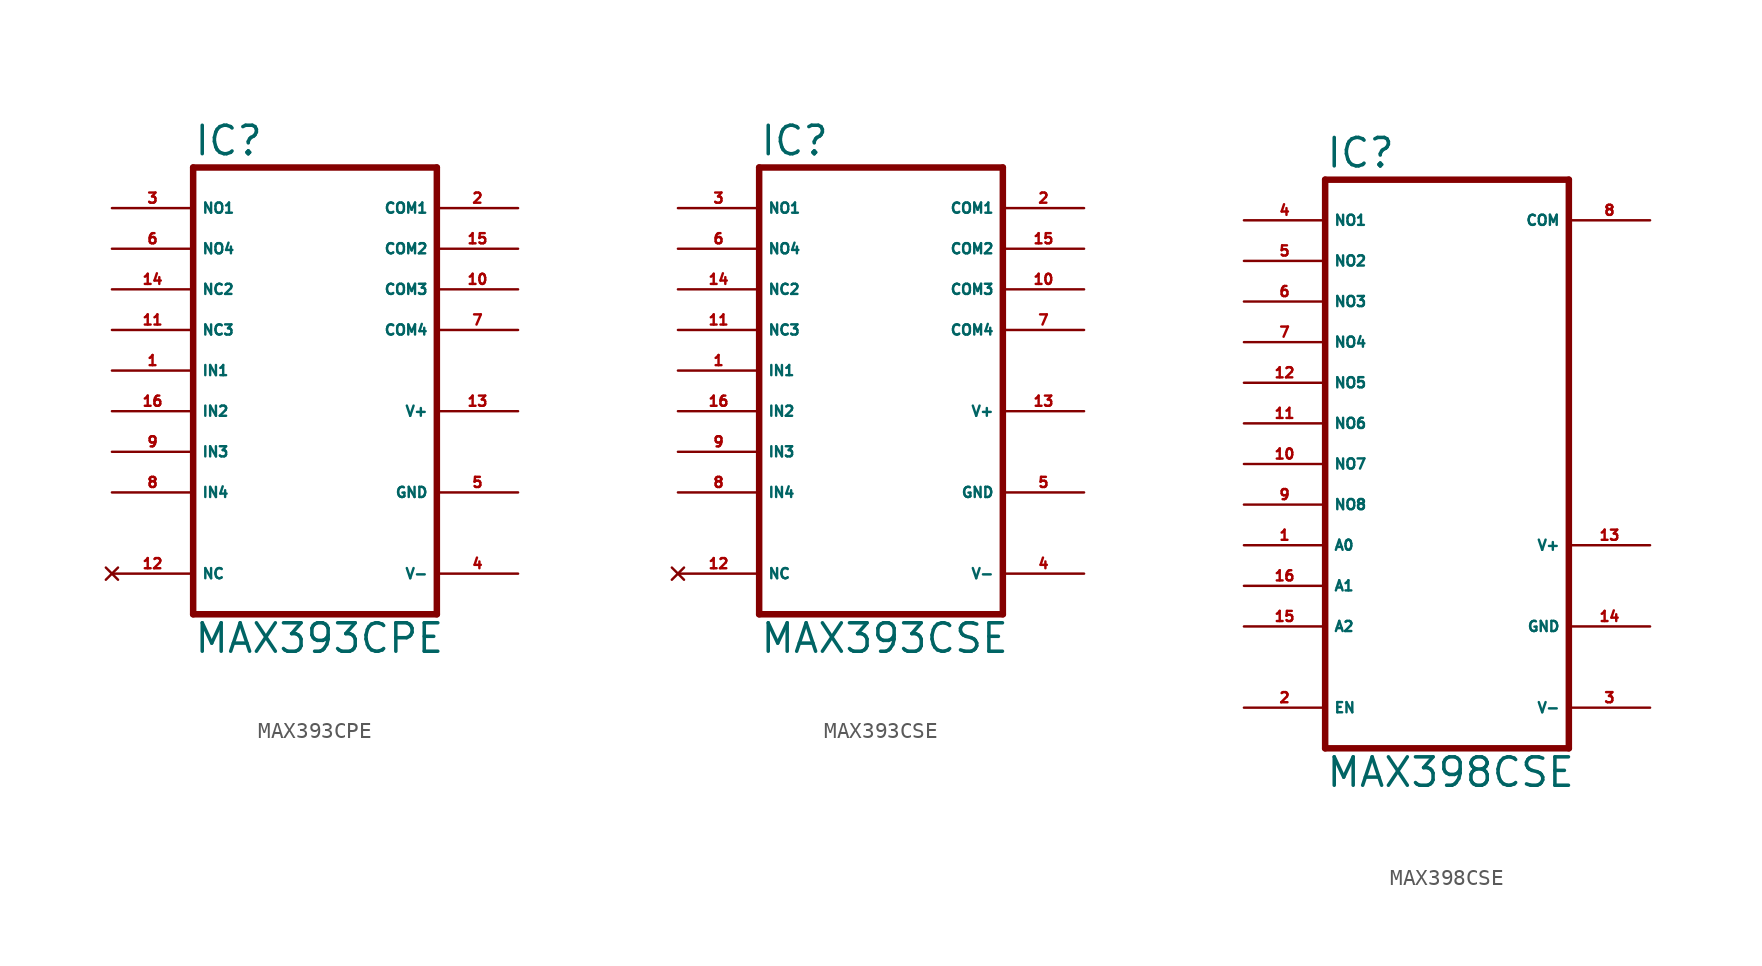
<source format=kicad_sym>
(kicad_symbol_lib
  (version 20220914)
  (generator Eagle2Kicad)
  (symbol "MAX393CPE"
    (property "Reference" "IC"
      (at -7.62 13.335 0)
      (effects (font (size 1.778 1.778) (thickness 0.22)) (justify left bottom)))
    (property "Value" "MAX393CPE"
      (at -7.62 -17.78 0)
      (effects (font (size 1.778 1.778) (thickness 0.22)) (justify left bottom)))
    (polyline
      (pts (xy -7.62 -15.24) (xy 7.62 -15.24))
      (stroke (width 0.406) (type default))
      (fill (type none)))
    (polyline
      (pts (xy 7.62 -15.24) (xy 7.62 12.7))
      (stroke (width 0.406) (type default))
      (fill (type none)))
    (polyline
      (pts (xy 7.62 12.7) (xy -7.62 12.7))
      (stroke (width 0.406) (type default))
      (fill (type none)))
    (polyline
      (pts (xy -7.62 12.7) (xy -7.62 -15.24))
      (stroke (width 0.406) (type default))
      (fill (type none)))
    (pin input line
      (at -12.7 0 0)
      (length 5.08)
      (name "IN1" (effects (font (size 0.635 0.635) (thickness 0.08)) (justify left bottom)))
      (number "1" (effects (font (size 0.635 0.635) (thickness 0.08)) (justify left bottom))))
    (pin input line
      (at -12.7 -2.54 0)
      (length 5.08)
      (name "IN2" (effects (font (size 0.635 0.635) (thickness 0.08)) (justify left bottom)))
      (number "16" (effects (font (size 0.635 0.635) (thickness 0.08)) (justify left bottom))))
    (pin input line
      (at -12.7 -5.08 0)
      (length 5.08)
      (name "IN3" (effects (font (size 0.635 0.635) (thickness 0.08)) (justify left bottom)))
      (number "9" (effects (font (size 0.635 0.635) (thickness 0.08)) (justify left bottom))))
    (pin input line
      (at -12.7 -7.62 0)
      (length 5.08)
      (name "IN4" (effects (font (size 0.635 0.635) (thickness 0.08)) (justify left bottom)))
      (number "8" (effects (font (size 0.635 0.635) (thickness 0.08)) (justify left bottom))))
    (pin passive line
      (at 12.7 10.16 180)
      (length 5.08)
      (name "COM1" (effects (font (size 0.635 0.635) (thickness 0.08)) (justify left bottom)))
      (number "2" (effects (font (size 0.635 0.635) (thickness 0.08)) (justify left bottom))))
    (pin passive line
      (at 12.7 7.62 180)
      (length 5.08)
      (name "COM2" (effects (font (size 0.635 0.635) (thickness 0.08)) (justify left bottom)))
      (number "15" (effects (font (size 0.635 0.635) (thickness 0.08)) (justify left bottom))))
    (pin unspecified line
      (at 12.7 -2.54 180)
      (length 5.08)
      (name "V+" (effects (font (size 0.635 0.635) (thickness 0.08)) (justify left bottom)))
      (number "13" (effects (font (size 0.635 0.635) (thickness 0.08)) (justify left bottom))))
    (pin unspecified line
      (at 12.7 -7.62 180)
      (length 5.08)
      (name "GND" (effects (font (size 0.635 0.635) (thickness 0.08)) (justify left bottom)))
      (number "5" (effects (font (size 0.635 0.635) (thickness 0.08)) (justify left bottom))))
    (pin unspecified line
      (at 12.7 -12.7 180)
      (length 5.08)
      (name "V-" (effects (font (size 0.635 0.635) (thickness 0.08)) (justify left bottom)))
      (number "4" (effects (font (size 0.635 0.635) (thickness 0.08)) (justify left bottom))))
    (pin no_connect line
      (at -12.7 -12.7 0)
      (length 5.08)
      (name "NC" (effects (font (size 0.635 0.635) (thickness 0.08)) (justify left bottom) hide))
      (number "12" (effects (font (size 0.635 0.635) (thickness 0.08)) (justify left bottom) hide)))
    (pin passive line
      (at -12.7 5.08 0)
      (length 5.08)
      (name "NC2" (effects (font (size 0.635 0.635) (thickness 0.08)) (justify left bottom)))
      (number "14" (effects (font (size 0.635 0.635) (thickness 0.08)) (justify left bottom))))
    (pin passive line
      (at -12.7 2.54 0)
      (length 5.08)
      (name "NC3" (effects (font (size 0.635 0.635) (thickness 0.08)) (justify left bottom)))
      (number "11" (effects (font (size 0.635 0.635) (thickness 0.08)) (justify left bottom))))
    (pin passive line
      (at -12.7 10.16 0)
      (length 5.08)
      (name "NO1" (effects (font (size 0.635 0.635) (thickness 0.08)) (justify left bottom)))
      (number "3" (effects (font (size 0.635 0.635) (thickness 0.08)) (justify left bottom))))
    (pin passive line
      (at -12.7 7.62 0)
      (length 5.08)
      (name "NO4" (effects (font (size 0.635 0.635) (thickness 0.08)) (justify left bottom)))
      (number "6" (effects (font (size 0.635 0.635) (thickness 0.08)) (justify left bottom))))
    (pin passive line
      (at 12.7 5.08 180)
      (length 5.08)
      (name "COM3" (effects (font (size 0.635 0.635) (thickness 0.08)) (justify left bottom)))
      (number "10" (effects (font (size 0.635 0.635) (thickness 0.08)) (justify left bottom))))
    (pin passive line
      (at 12.7 2.54 180)
      (length 5.08)
      (name "COM4" (effects (font (size 0.635 0.635) (thickness 0.08)) (justify left bottom)))
      (number "7" (effects (font (size 0.635 0.635) (thickness 0.08)) (justify left bottom)))))
  (symbol "MAX393CSE"
    (property "Reference" "IC"
      (at -7.62 13.335 0)
      (effects (font (size 1.778 1.778) (thickness 0.22)) (justify left bottom)))
    (property "Value" "MAX393CSE"
      (at -7.62 -17.78 0)
      (effects (font (size 1.778 1.778) (thickness 0.22)) (justify left bottom)))
    (polyline
      (pts (xy -7.62 -15.24) (xy 7.62 -15.24))
      (stroke (width 0.406) (type default))
      (fill (type none)))
    (polyline
      (pts (xy 7.62 -15.24) (xy 7.62 12.7))
      (stroke (width 0.406) (type default))
      (fill (type none)))
    (polyline
      (pts (xy 7.62 12.7) (xy -7.62 12.7))
      (stroke (width 0.406) (type default))
      (fill (type none)))
    (polyline
      (pts (xy -7.62 12.7) (xy -7.62 -15.24))
      (stroke (width 0.406) (type default))
      (fill (type none)))
    (pin input line
      (at -12.7 0 0)
      (length 5.08)
      (name "IN1" (effects (font (size 0.635 0.635) (thickness 0.08)) (justify left bottom)))
      (number "1" (effects (font (size 0.635 0.635) (thickness 0.08)) (justify left bottom))))
    (pin input line
      (at -12.7 -2.54 0)
      (length 5.08)
      (name "IN2" (effects (font (size 0.635 0.635) (thickness 0.08)) (justify left bottom)))
      (number "16" (effects (font (size 0.635 0.635) (thickness 0.08)) (justify left bottom))))
    (pin input line
      (at -12.7 -5.08 0)
      (length 5.08)
      (name "IN3" (effects (font (size 0.635 0.635) (thickness 0.08)) (justify left bottom)))
      (number "9" (effects (font (size 0.635 0.635) (thickness 0.08)) (justify left bottom))))
    (pin input line
      (at -12.7 -7.62 0)
      (length 5.08)
      (name "IN4" (effects (font (size 0.635 0.635) (thickness 0.08)) (justify left bottom)))
      (number "8" (effects (font (size 0.635 0.635) (thickness 0.08)) (justify left bottom))))
    (pin passive line
      (at 12.7 10.16 180)
      (length 5.08)
      (name "COM1" (effects (font (size 0.635 0.635) (thickness 0.08)) (justify left bottom)))
      (number "2" (effects (font (size 0.635 0.635) (thickness 0.08)) (justify left bottom))))
    (pin passive line
      (at 12.7 7.62 180)
      (length 5.08)
      (name "COM2" (effects (font (size 0.635 0.635) (thickness 0.08)) (justify left bottom)))
      (number "15" (effects (font (size 0.635 0.635) (thickness 0.08)) (justify left bottom))))
    (pin unspecified line
      (at 12.7 -2.54 180)
      (length 5.08)
      (name "V+" (effects (font (size 0.635 0.635) (thickness 0.08)) (justify left bottom)))
      (number "13" (effects (font (size 0.635 0.635) (thickness 0.08)) (justify left bottom))))
    (pin unspecified line
      (at 12.7 -7.62 180)
      (length 5.08)
      (name "GND" (effects (font (size 0.635 0.635) (thickness 0.08)) (justify left bottom)))
      (number "5" (effects (font (size 0.635 0.635) (thickness 0.08)) (justify left bottom))))
    (pin unspecified line
      (at 12.7 -12.7 180)
      (length 5.08)
      (name "V-" (effects (font (size 0.635 0.635) (thickness 0.08)) (justify left bottom)))
      (number "4" (effects (font (size 0.635 0.635) (thickness 0.08)) (justify left bottom))))
    (pin no_connect line
      (at -12.7 -12.7 0)
      (length 5.08)
      (name "NC" (effects (font (size 0.635 0.635) (thickness 0.08)) (justify left bottom) hide))
      (number "12" (effects (font (size 0.635 0.635) (thickness 0.08)) (justify left bottom) hide)))
    (pin passive line
      (at -12.7 5.08 0)
      (length 5.08)
      (name "NC2" (effects (font (size 0.635 0.635) (thickness 0.08)) (justify left bottom)))
      (number "14" (effects (font (size 0.635 0.635) (thickness 0.08)) (justify left bottom))))
    (pin passive line
      (at -12.7 2.54 0)
      (length 5.08)
      (name "NC3" (effects (font (size 0.635 0.635) (thickness 0.08)) (justify left bottom)))
      (number "11" (effects (font (size 0.635 0.635) (thickness 0.08)) (justify left bottom))))
    (pin passive line
      (at -12.7 10.16 0)
      (length 5.08)
      (name "NO1" (effects (font (size 0.635 0.635) (thickness 0.08)) (justify left bottom)))
      (number "3" (effects (font (size 0.635 0.635) (thickness 0.08)) (justify left bottom))))
    (pin passive line
      (at -12.7 7.62 0)
      (length 5.08)
      (name "NO4" (effects (font (size 0.635 0.635) (thickness 0.08)) (justify left bottom)))
      (number "6" (effects (font (size 0.635 0.635) (thickness 0.08)) (justify left bottom))))
    (pin passive line
      (at 12.7 5.08 180)
      (length 5.08)
      (name "COM3" (effects (font (size 0.635 0.635) (thickness 0.08)) (justify left bottom)))
      (number "10" (effects (font (size 0.635 0.635) (thickness 0.08)) (justify left bottom))))
    (pin passive line
      (at 12.7 2.54 180)
      (length 5.08)
      (name "COM4" (effects (font (size 0.635 0.635) (thickness 0.08)) (justify left bottom)))
      (number "7" (effects (font (size 0.635 0.635) (thickness 0.08)) (justify left bottom)))))
  (symbol "MAX398CSE"
    (property "Reference" "IC"
      (at -7.62 18.415 0)
      (effects (font (size 1.778 1.778) (thickness 0.22)) (justify left bottom)))
    (property "Value" "MAX398CSE"
      (at -7.62 -20.32 0)
      (effects (font (size 1.778 1.778) (thickness 0.22)) (justify left bottom)))
    (polyline
      (pts (xy -7.62 -17.78) (xy 7.62 -17.78))
      (stroke (width 0.406) (type default))
      (fill (type none)))
    (polyline
      (pts (xy 7.62 -17.78) (xy 7.62 17.78))
      (stroke (width 0.406) (type default))
      (fill (type none)))
    (polyline
      (pts (xy 7.62 17.78) (xy -7.62 17.78))
      (stroke (width 0.406) (type default))
      (fill (type none)))
    (polyline
      (pts (xy -7.62 17.78) (xy -7.62 -17.78))
      (stroke (width 0.406) (type default))
      (fill (type none)))
    (pin input line
      (at -12.7 -5.08 0)
      (length 5.08)
      (name "A0" (effects (font (size 0.635 0.635) (thickness 0.08)) (justify left bottom)))
      (number "1" (effects (font (size 0.635 0.635) (thickness 0.08)) (justify left bottom))))
    (pin input line
      (at -12.7 -7.62 0)
      (length 5.08)
      (name "A1" (effects (font (size 0.635 0.635) (thickness 0.08)) (justify left bottom)))
      (number "16" (effects (font (size 0.635 0.635) (thickness 0.08)) (justify left bottom))))
    (pin input line
      (at -12.7 -10.16 0)
      (length 5.08)
      (name "A2" (effects (font (size 0.635 0.635) (thickness 0.08)) (justify left bottom)))
      (number "15" (effects (font (size 0.635 0.635) (thickness 0.08)) (justify left bottom))))
    (pin passive line
      (at -12.7 15.24 0)
      (length 5.08)
      (name "NO1" (effects (font (size 0.635 0.635) (thickness 0.08)) (justify left bottom)))
      (number "4" (effects (font (size 0.635 0.635) (thickness 0.08)) (justify left bottom))))
    (pin passive line
      (at 12.7 15.24 180)
      (length 5.08)
      (name "COM" (effects (font (size 0.635 0.635) (thickness 0.08)) (justify left bottom)))
      (number "8" (effects (font (size 0.635 0.635) (thickness 0.08)) (justify left bottom))))
    (pin input line
      (at -12.7 -15.24 0)
      (length 5.08)
      (name "EN" (effects (font (size 0.635 0.635) (thickness 0.08)) (justify left bottom)))
      (number "2" (effects (font (size 0.635 0.635) (thickness 0.08)) (justify left bottom))))
    (pin unspecified line
      (at 12.7 -5.08 180)
      (length 5.08)
      (name "V+" (effects (font (size 0.635 0.635) (thickness 0.08)) (justify left bottom)))
      (number "13" (effects (font (size 0.635 0.635) (thickness 0.08)) (justify left bottom))))
    (pin unspecified line
      (at 12.7 -10.16 180)
      (length 5.08)
      (name "GND" (effects (font (size 0.635 0.635) (thickness 0.08)) (justify left bottom)))
      (number "14" (effects (font (size 0.635 0.635) (thickness 0.08)) (justify left bottom))))
    (pin unspecified line
      (at 12.7 -15.24 180)
      (length 5.08)
      (name "V-" (effects (font (size 0.635 0.635) (thickness 0.08)) (justify left bottom)))
      (number "3" (effects (font (size 0.635 0.635) (thickness 0.08)) (justify left bottom))))
    (pin passive line
      (at -12.7 2.54 0)
      (length 5.08)
      (name "NO6" (effects (font (size 0.635 0.635) (thickness 0.08)) (justify left bottom)))
      (number "11" (effects (font (size 0.635 0.635) (thickness 0.08)) (justify left bottom))))
    (pin passive line
      (at -12.7 7.62 0)
      (length 5.08)
      (name "NO4" (effects (font (size 0.635 0.635) (thickness 0.08)) (justify left bottom)))
      (number "7" (effects (font (size 0.635 0.635) (thickness 0.08)) (justify left bottom))))
    (pin passive line
      (at -12.7 5.08 0)
      (length 5.08)
      (name "NO5" (effects (font (size 0.635 0.635) (thickness 0.08)) (justify left bottom)))
      (number "12" (effects (font (size 0.635 0.635) (thickness 0.08)) (justify left bottom))))
    (pin passive line
      (at -12.7 12.7 0)
      (length 5.08)
      (name "NO2" (effects (font (size 0.635 0.635) (thickness 0.08)) (justify left bottom)))
      (number "5" (effects (font (size 0.635 0.635) (thickness 0.08)) (justify left bottom))))
    (pin passive line
      (at -12.7 10.16 0)
      (length 5.08)
      (name "NO3" (effects (font (size 0.635 0.635) (thickness 0.08)) (justify left bottom)))
      (number "6" (effects (font (size 0.635 0.635) (thickness 0.08)) (justify left bottom))))
    (pin passive line
      (at -12.7 -2.54 0)
      (length 5.08)
      (name "NO8" (effects (font (size 0.635 0.635) (thickness 0.08)) (justify left bottom)))
      (number "9" (effects (font (size 0.635 0.635) (thickness 0.08)) (justify left bottom))))
    (pin passive line
      (at -12.7 0 0)
      (length 5.08)
      (name "NO7" (effects (font (size 0.635 0.635) (thickness 0.08)) (justify left bottom)))
      (number "10" (effects (font (size 0.635 0.635) (thickness 0.08)) (justify left bottom))))))
</source>
